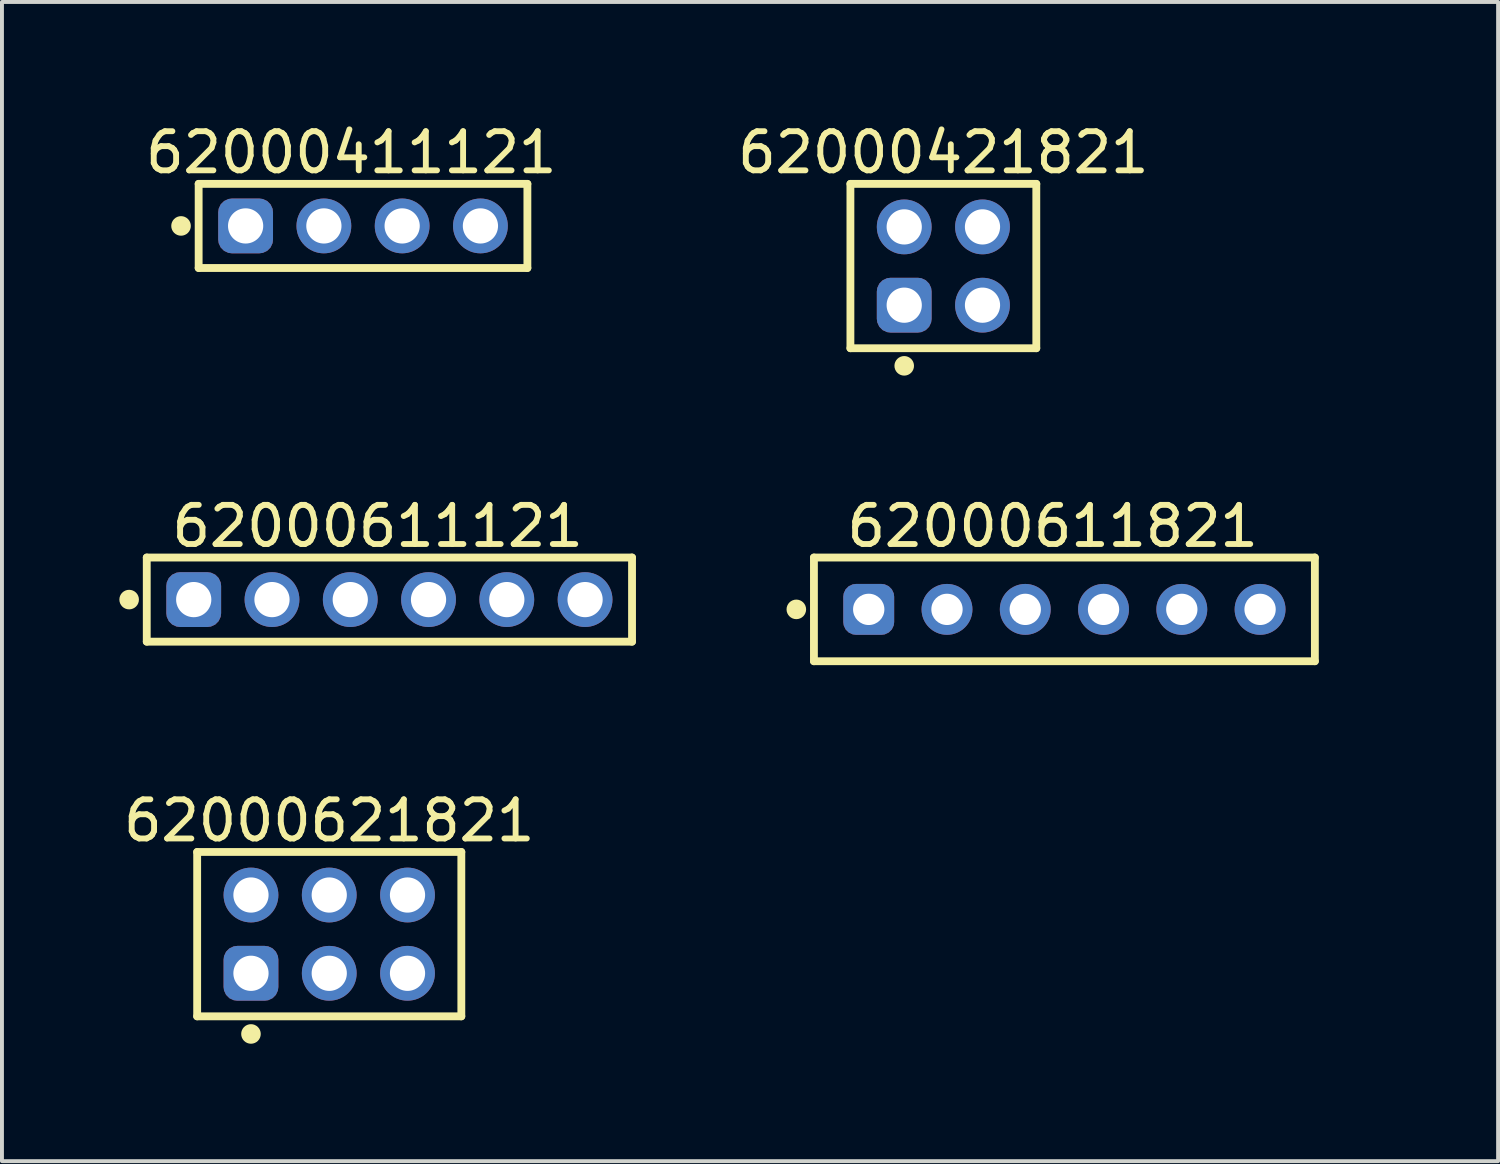
<source format=kicad_pcb>
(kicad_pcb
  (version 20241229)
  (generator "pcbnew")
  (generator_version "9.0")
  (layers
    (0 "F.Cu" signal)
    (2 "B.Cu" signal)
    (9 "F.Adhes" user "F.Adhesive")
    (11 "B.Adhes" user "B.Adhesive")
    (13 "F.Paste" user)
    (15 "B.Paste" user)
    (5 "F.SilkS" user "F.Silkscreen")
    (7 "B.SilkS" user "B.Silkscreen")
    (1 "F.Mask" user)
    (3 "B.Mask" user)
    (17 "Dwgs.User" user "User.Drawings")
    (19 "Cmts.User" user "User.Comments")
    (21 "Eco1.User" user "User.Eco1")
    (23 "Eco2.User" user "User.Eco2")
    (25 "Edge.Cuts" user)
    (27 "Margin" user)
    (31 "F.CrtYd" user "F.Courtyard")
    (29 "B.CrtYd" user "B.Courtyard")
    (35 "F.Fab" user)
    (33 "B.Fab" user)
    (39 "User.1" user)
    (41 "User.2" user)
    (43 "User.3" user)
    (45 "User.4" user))
  (footprint "62000621821"
    (layer "F.Cu")
    (at 5.363 20.82)
    (property "Reference" "62000621821" (at 0 -2.9 0) (layer "F.SilkS") (effects (font (size 1 1) (thickness 0.15))))
    (fp_line (start -3.375 -2.1) (end 3.375 -2.1) (stroke (width 0.2) (type solid)) (layer "F.SilkS"))
    (fp_line (start -3.375 2.1) (end -3.375 -2.1) (stroke (width 0.2) (type solid)) (layer "F.SilkS"))
    (fp_line (start -3.375 2.1) (end 3.375 2.1) (stroke (width 0.2) (type solid)) (layer "F.SilkS"))
    (fp_line (start 3.375 2.1) (end 3.375 -2.1) (stroke (width 0.2) (type solid)) (layer "F.SilkS"))
    (fp_circle (center -2 2.55) (end -2 2.425) (stroke (width 0.25) (type solid)) (fill no) (layer "F.SilkS"))
    (fp_line (start -3.575 -2.3) (end 3.575 -2.3) (stroke (width 0.05) (type solid)) (layer "Eco2.User"))
    (fp_line (start -3.575 2.3) (end -3.575 -2.3) (stroke (width 0.05) (type solid)) (layer "Eco2.User"))
    (fp_line (start -3.575 2.3) (end 3.575 2.3) (stroke (width 0.05) (type solid)) (layer "Eco2.User"))
    (fp_line (start -3.2 -2) (end 3.2 -2) (stroke (width 0.1) (type solid)) (layer "Eco2.User"))
    (fp_line (start -3.2 2) (end -3.2 -2) (stroke (width 0.1) (type solid)) (layer "Eco2.User"))
    (fp_line (start -3.2 2) (end 3.2 2) (stroke (width 0.1) (type solid)) (layer "Eco2.User"))
    (fp_line (start -0.5 0) (end 0.5 0) (stroke (width 0.05) (type solid)) (layer "Eco2.User"))
    (fp_line (start 0 0.5) (end 0 -0.5) (stroke (width 0.05) (type solid)) (layer "Eco2.User"))
    (fp_line (start 3.2 2) (end 3.2 -2) (stroke (width 0.1) (type solid)) (layer "Eco2.User"))
    (fp_line (start 3.575 2.3) (end 3.575 -2.3) (stroke (width 0.05) (type solid)) (layer "Eco2.User"))
    (fp_text user "${REFERENCE}" (at 0.1 -0.131 0) (unlocked yes) (layer "User.3") (effects (font (size 1 1) (thickness 0.1))))
    (pad "1" thru_hole roundrect (at -2 1) (size 1.4 1.4) (drill 0.9) (layers "*.Cu" "*.Mask") (roundrect_rratio 0.25))
    (pad "2" thru_hole circle (at -2 -1) (size 1.4 1.4) (drill 0.9) (layers "*.Cu" "*.Mask"))
    (pad "3" thru_hole circle (at 0 1) (size 1.4 1.4) (drill 0.9) (layers "*.Cu" "*.Mask"))
    (pad "4" thru_hole circle (at 0 -1) (size 1.4 1.4) (drill 0.9) (layers "*.Cu" "*.Mask"))
    (pad "5" thru_hole circle (at 2 1) (size 1.4 1.4) (drill 0.9) (layers "*.Cu" "*.Mask"))
    (pad "6" thru_hole circle (at 2 -1) (size 1.4 1.4) (drill 0.9) (layers "*.Cu" "*.Mask")))
  (footprint "62000611821"
    (layer "F.Cu")
    (at 24.148 12.521)
    (property "Reference" "62000611821" (at -0.3 -2.125 0) (layer "F.SilkS") (effects (font (size 1 1) (thickness 0.15))))
    (fp_line (start -6.4 -1.325) (end 6.4 -1.325) (stroke (width 0.2) (type solid)) (layer "F.SilkS"))
    (fp_line (start -6.4 1.325) (end -6.4 -1.325) (stroke (width 0.2) (type solid)) (layer "F.SilkS"))
    (fp_line (start -6.4 1.325) (end 6.4 1.325) (stroke (width 0.2) (type solid)) (layer "F.SilkS"))
    (fp_line (start 6.4 1.325) (end 6.4 -1.325) (stroke (width 0.2) (type solid)) (layer "F.SilkS"))
    (fp_circle (center -6.85 0) (end -6.85 -0.125) (stroke (width 0.25) (type solid)) (fill no) (layer "F.SilkS"))
    (fp_line (start -6.6 -1.525) (end 6.6 -1.525) (stroke (width 0.05) (type solid)) (layer "Eco2.User"))
    (fp_line (start -6.6 1.525) (end -6.6 -1.525) (stroke (width 0.05) (type solid)) (layer "Eco2.User"))
    (fp_line (start -6.6 1.525) (end 6.6 1.525) (stroke (width 0.05) (type solid)) (layer "Eco2.User"))
    (fp_line (start -6.25 -1.25) (end 6.25 -1.25) (stroke (width 0.1) (type solid)) (layer "Eco2.User"))
    (fp_line (start -6.25 1.25) (end -6.25 -1.25) (stroke (width 0.1) (type solid)) (layer "Eco2.User"))
    (fp_line (start -6.25 1.25) (end 6.25 1.25) (stroke (width 0.1) (type solid)) (layer "Eco2.User"))
    (fp_line (start -0.5 0) (end 0.5 0) (stroke (width 0.05) (type solid)) (layer "Eco2.User"))
    (fp_line (start 0 0.5) (end 0 -0.5) (stroke (width 0.05) (type solid)) (layer "Eco2.User"))
    (fp_line (start 6.25 1.25) (end 6.25 -1.25) (stroke (width 0.1) (type solid)) (layer "Eco2.User"))
    (fp_line (start 6.6 1.525) (end 6.6 -1.525) (stroke (width 0.05) (type solid)) (layer "Eco2.User"))
    (fp_text user "${REFERENCE}" (at 0.15 -0.197 0) (unlocked yes) (layer "User.3") (effects (font (size 1.5 1.5) (thickness 0.15))))
    (pad "1" thru_hole roundrect (at -5 0) (size 1.3 1.3) (drill 0.8) (layers "*.Cu" "*.Mask") (roundrect_rratio 0.25))
    (pad "2" thru_hole circle (at -3 0) (size 1.3 1.3) (drill 0.8) (layers "*.Cu" "*.Mask"))
    (pad "3" thru_hole circle (at -1 0) (size 1.3 1.3) (drill 0.8) (layers "*.Cu" "*.Mask"))
    (pad "4" thru_hole circle (at 1 0) (size 1.3 1.3) (drill 0.8) (layers "*.Cu" "*.Mask"))
    (pad "5" thru_hole circle (at 3 0) (size 1.3 1.3) (drill 0.8) (layers "*.Cu" "*.Mask"))
    (pad "6" thru_hole circle (at 5 0) (size 1.3 1.3) (drill 0.8) (layers "*.Cu" "*.Mask")))
  (footprint "62000421821"
    (layer "F.Cu")
    (at 21.055 3.748)
    (property "Reference" "62000421821" (at 0 -2.9 0) (layer "F.SilkS") (effects (font (size 1 1) (thickness 0.15))))
    (fp_line (start -2.375 -2.1) (end 2.375 -2.1) (stroke (width 0.2) (type solid)) (layer "F.SilkS"))
    (fp_line (start -2.375 2.1) (end -2.375 -2.1) (stroke (width 0.2) (type solid)) (layer "F.SilkS"))
    (fp_line (start -2.375 2.1) (end 2.375 2.1) (stroke (width 0.2) (type solid)) (layer "F.SilkS"))
    (fp_line (start 2.375 2.1) (end 2.375 -2.1) (stroke (width 0.2) (type solid)) (layer "F.SilkS"))
    (fp_circle (center -1 2.55) (end -1 2.425) (stroke (width 0.25) (type solid)) (fill no) (layer "F.SilkS"))
    (fp_line (start -2.575 -2.3) (end 2.575 -2.3) (stroke (width 0.05) (type solid)) (layer "Eco2.User"))
    (fp_line (start -2.575 2.3) (end -2.575 -2.3) (stroke (width 0.05) (type solid)) (layer "Eco2.User"))
    (fp_line (start -2.575 2.3) (end 2.575 2.3) (stroke (width 0.05) (type solid)) (layer "Eco2.User"))
    (fp_line (start -2.2 -2) (end 2.2 -2) (stroke (width 0.1) (type solid)) (layer "Eco2.User"))
    (fp_line (start -2.2 2) (end -2.2 -2) (stroke (width 0.1) (type solid)) (layer "Eco2.User"))
    (fp_line (start -2.2 2) (end 2.2 2) (stroke (width 0.1) (type solid)) (layer "Eco2.User"))
    (fp_line (start -0.5 0) (end 0.5 0) (stroke (width 0.05) (type solid)) (layer "Eco2.User"))
    (fp_line (start 0 0.5) (end 0 -0.5) (stroke (width 0.05) (type solid)) (layer "Eco2.User"))
    (fp_line (start 2.2 2) (end 2.2 -2) (stroke (width 0.1) (type solid)) (layer "Eco2.User"))
    (fp_line (start 2.575 2.3) (end 2.575 -2.3) (stroke (width 0.05) (type solid)) (layer "Eco2.User"))
    (fp_text user "${REFERENCE}" (at 0.1 -0.131 0) (unlocked yes) (layer "User.3") (effects (font (size 1 1) (thickness 0.1))))
    (pad "1" thru_hole roundrect (at -1 1) (size 1.4 1.4) (drill 0.9) (layers "*.Cu" "*.Mask") (roundrect_rratio 0.25))
    (pad "2" thru_hole circle (at -1 -1) (size 1.4 1.4) (drill 0.9) (layers "*.Cu" "*.Mask"))
    (pad "3" thru_hole circle (at 1 1) (size 1.4 1.4) (drill 0.9) (layers "*.Cu" "*.Mask"))
    (pad "4" thru_hole circle (at 1 -1) (size 1.4 1.4) (drill 0.9) (layers "*.Cu" "*.Mask")))
  (footprint "62000611121"
    (layer "F.Cu")
    (at 6.9 12.271)
    (property "Reference" "62000611121" (at -0.3 -1.875 0) (layer "F.SilkS") (effects (font (size 1 1) (thickness 0.15))))
    (fp_line (start -6.2 -1.075) (end 6.2 -1.075) (stroke (width 0.2) (type solid)) (layer "F.SilkS"))
    (fp_line (start -6.2 1.075) (end -6.2 -1.075) (stroke (width 0.2) (type solid)) (layer "F.SilkS"))
    (fp_line (start -6.2 1.075) (end 6.2 1.075) (stroke (width 0.2) (type solid)) (layer "F.SilkS"))
    (fp_line (start 6.2 1.075) (end 6.2 -1.075) (stroke (width 0.2) (type solid)) (layer "F.SilkS"))
    (fp_circle (center -6.65 0) (end -6.65 -0.125) (stroke (width 0.25) (type solid)) (fill no) (layer "F.SilkS"))
    (fp_line (start -6.4 -1.275) (end 6.4 -1.275) (stroke (width 0.05) (type solid)) (layer "Eco2.User"))
    (fp_line (start -6.4 1.275) (end -6.4 -1.275) (stroke (width 0.05) (type solid)) (layer "Eco2.User"))
    (fp_line (start -6.4 1.275) (end 6.4 1.275) (stroke (width 0.05) (type solid)) (layer "Eco2.User"))
    (fp_line (start -6 -1) (end 6 -1) (stroke (width 0.1) (type solid)) (layer "Eco2.User"))
    (fp_line (start -6 1) (end -6 -1) (stroke (width 0.1) (type solid)) (layer "Eco2.User"))
    (fp_line (start -6 1) (end 6 1) (stroke (width 0.1) (type solid)) (layer "Eco2.User"))
    (fp_line (start -0.5 0) (end 0.5 0) (stroke (width 0.05) (type solid)) (layer "Eco2.User"))
    (fp_line (start 0 0.5) (end 0 -0.5) (stroke (width 0.05) (type solid)) (layer "Eco2.User"))
    (fp_line (start 6 1) (end 6 -1) (stroke (width 0.1) (type solid)) (layer "Eco2.User"))
    (fp_line (start 6.4 1.275) (end 6.4 -1.275) (stroke (width 0.05) (type solid)) (layer "Eco2.User"))
    (fp_text user "${REFERENCE}" (at 0.12 -0.158 0) (unlocked yes) (layer "User.3") (effects (font (size 1.2 1.2) (thickness 0.12))))
    (pad "1" thru_hole roundrect (at -5 0) (size 1.4 1.4) (drill 0.9) (layers "*.Cu" "*.Mask") (roundrect_rratio 0.25))
    (pad "2" thru_hole circle (at -3 0) (size 1.4 1.4) (drill 0.9) (layers "*.Cu" "*.Mask"))
    (pad "3" thru_hole circle (at -1 0) (size 1.4 1.4) (drill 0.9) (layers "*.Cu" "*.Mask"))
    (pad "4" thru_hole circle (at 1 0) (size 1.4 1.4) (drill 0.9) (layers "*.Cu" "*.Mask"))
    (pad "5" thru_hole circle (at 3 0) (size 1.4 1.4) (drill 0.9) (layers "*.Cu" "*.Mask"))
    (pad "6" thru_hole circle (at 5 0) (size 1.4 1.4) (drill 0.9) (layers "*.Cu" "*.Mask")))
  (footprint "62000411121"
    (layer "F.Cu")
    (at 6.226 2.723)
    (property "Reference" "62000411121" (at -0.3 -1.875 0) (layer "F.SilkS") (effects (font (size 1 1) (thickness 0.15))))
    (fp_line (start -4.2 -1.075) (end 4.2 -1.075) (stroke (width 0.2) (type solid)) (layer "F.SilkS"))
    (fp_line (start -4.2 1.075) (end -4.2 -1.075) (stroke (width 0.2) (type solid)) (layer "F.SilkS"))
    (fp_line (start -4.2 1.075) (end 4.2 1.075) (stroke (width 0.2) (type solid)) (layer "F.SilkS"))
    (fp_line (start 4.2 1.075) (end 4.2 -1.075) (stroke (width 0.2) (type solid)) (layer "F.SilkS"))
    (fp_circle (center -4.65 0) (end -4.65 -0.125) (stroke (width 0.25) (type solid)) (fill no) (layer "F.SilkS"))
    (fp_line (start -4.4 -1.275) (end 4.4 -1.275) (stroke (width 0.05) (type solid)) (layer "Eco2.User"))
    (fp_line (start -4.4 1.275) (end -4.4 -1.275) (stroke (width 0.05) (type solid)) (layer "Eco2.User"))
    (fp_line (start -4.4 1.275) (end 4.4 1.275) (stroke (width 0.05) (type solid)) (layer "Eco2.User"))
    (fp_line (start -4 -1) (end 4 -1) (stroke (width 0.1) (type solid)) (layer "Eco2.User"))
    (fp_line (start -4 1) (end -4 -1) (stroke (width 0.1) (type solid)) (layer "Eco2.User"))
    (fp_line (start -4 1) (end 4 1) (stroke (width 0.1) (type solid)) (layer "Eco2.User"))
    (fp_line (start -0.5 0) (end 0.5 0) (stroke (width 0.05) (type solid)) (layer "Eco2.User"))
    (fp_line (start 0 0.5) (end 0 -0.5) (stroke (width 0.05) (type solid)) (layer "Eco2.User"))
    (fp_line (start 4 1) (end 4 -1) (stroke (width 0.1) (type solid)) (layer "Eco2.User"))
    (fp_line (start 4.4 1.275) (end 4.4 -1.275) (stroke (width 0.05) (type solid)) (layer "Eco2.User"))
    (fp_text user "${REFERENCE}" (at 0.12 -0.158 0) (unlocked yes) (layer "User.3") (effects (font (size 1.2 1.2) (thickness 0.12))))
    (pad "1" thru_hole roundrect (at -3 0) (size 1.4 1.4) (drill 0.9) (layers "*.Cu" "*.Mask") (roundrect_rratio 0.25))
    (pad "2" thru_hole circle (at -1 0) (size 1.4 1.4) (drill 0.9) (layers "*.Cu" "*.Mask"))
    (pad "3" thru_hole circle (at 1 0) (size 1.4 1.4) (drill 0.9) (layers "*.Cu" "*.Mask"))
    (pad "4" thru_hole circle (at 3 0) (size 1.4 1.4) (drill 0.9) (layers "*.Cu" "*.Mask")))
  (gr_rect
    (start -3 -3)
    (end 35.23 26.62)
    (stroke (width 0.1) (type default))
    (fill no)
    (layer "Edge.Cuts")))
</source>
